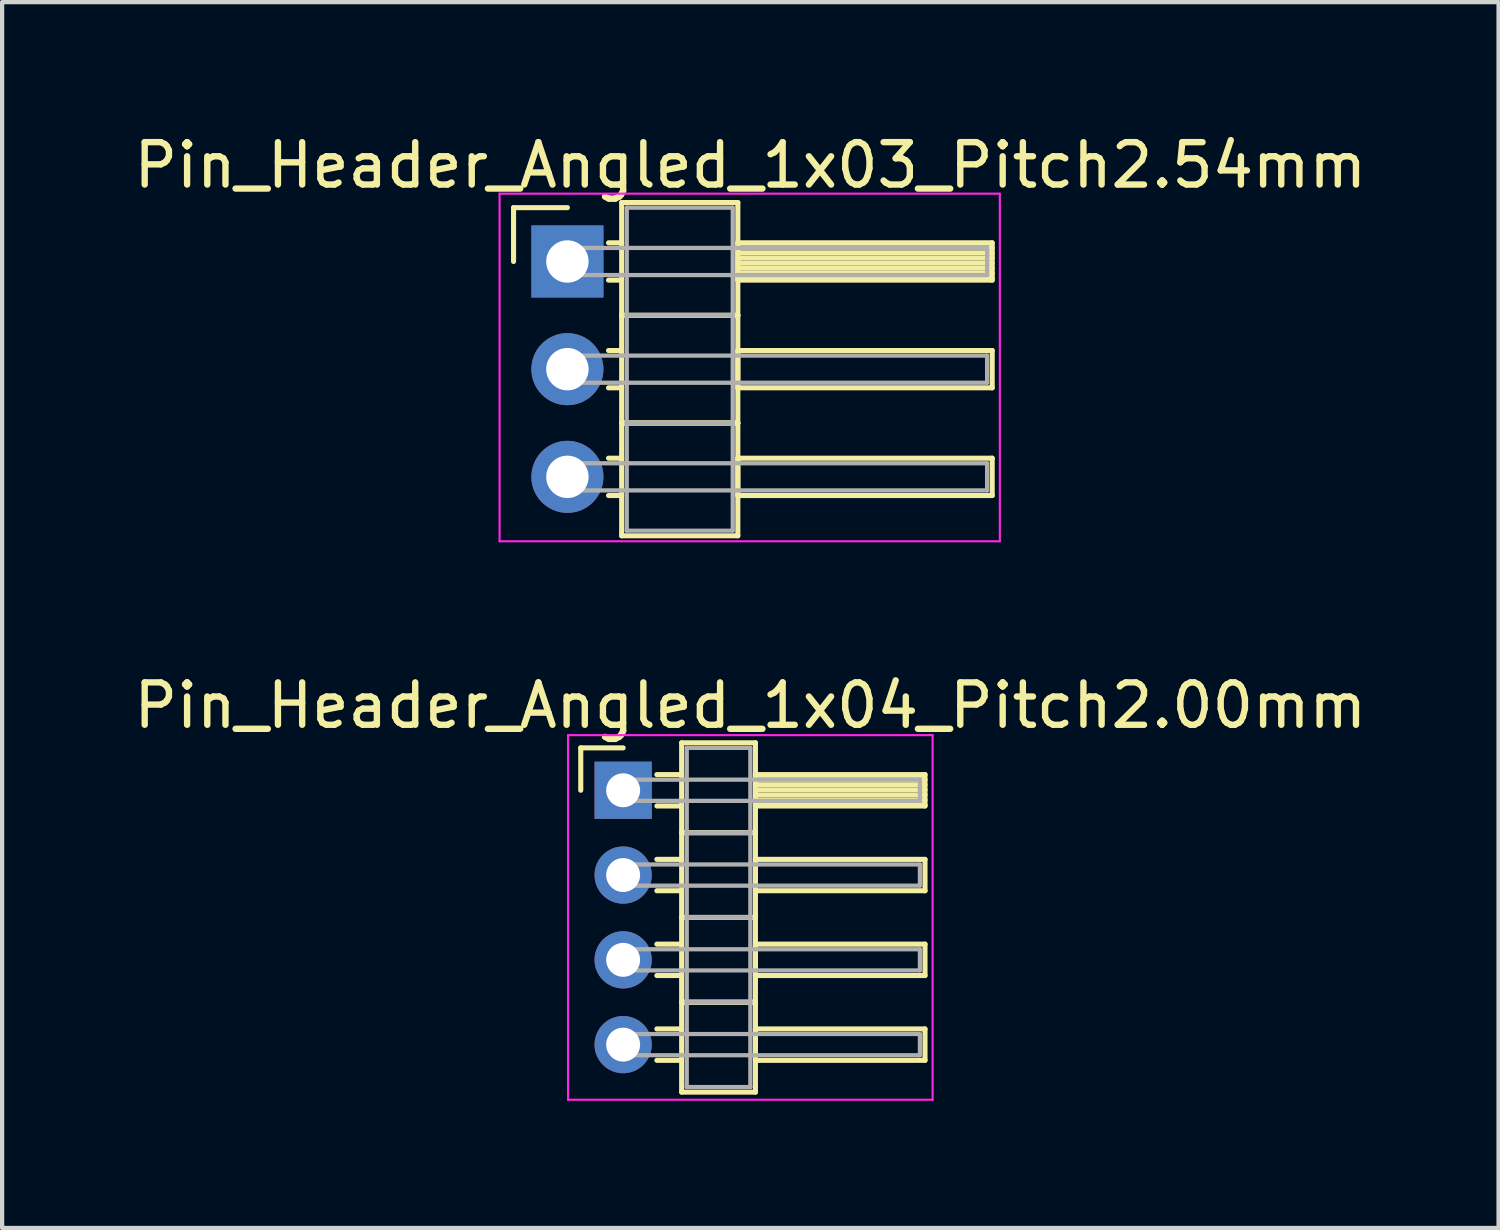
<source format=kicad_pcb>
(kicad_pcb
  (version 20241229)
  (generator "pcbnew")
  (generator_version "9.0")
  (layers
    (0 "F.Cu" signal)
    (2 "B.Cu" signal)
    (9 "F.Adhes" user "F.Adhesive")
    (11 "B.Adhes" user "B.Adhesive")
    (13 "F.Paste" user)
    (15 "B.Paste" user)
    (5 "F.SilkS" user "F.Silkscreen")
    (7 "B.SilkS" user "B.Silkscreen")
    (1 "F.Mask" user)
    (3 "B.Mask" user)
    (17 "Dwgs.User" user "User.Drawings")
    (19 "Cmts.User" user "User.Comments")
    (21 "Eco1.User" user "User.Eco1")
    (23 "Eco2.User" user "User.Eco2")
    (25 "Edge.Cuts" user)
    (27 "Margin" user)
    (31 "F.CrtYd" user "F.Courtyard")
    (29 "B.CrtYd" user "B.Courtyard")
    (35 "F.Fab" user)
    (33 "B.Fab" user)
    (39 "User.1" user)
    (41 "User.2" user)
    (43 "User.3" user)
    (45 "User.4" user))
  (footprint "Pin_Header_Angled_1x03_Pitch2.54mm"
    (layer "F.Cu")
    (at 10.334 3.118)
    (property "Reference" "Pin_Header_Angled_1x03_Pitch2.54mm" (at 4.315 -2.27 0) (layer "F.SilkS") (effects (font (size 1 1) (thickness 0.15))))
    (attr through_hole)
    (fp_line (start -1.27 -1.27) (end 0 -1.27) (stroke (width 0.12) (type solid)) (layer "F.SilkS"))
    (fp_line (start -1.27 0) (end -1.27 -1.27) (stroke (width 0.12) (type solid)) (layer "F.SilkS"))
    (fp_line (start 0.97 -0.44) (end 1.28 -0.44) (stroke (width 0.12) (type solid)) (layer "F.SilkS"))
    (fp_line (start 0.97 0.44) (end 1.28 0.44) (stroke (width 0.12) (type solid)) (layer "F.SilkS"))
    (fp_line (start 0.97 2.1) (end 1.28 2.1) (stroke (width 0.12) (type solid)) (layer "F.SilkS"))
    (fp_line (start 0.97 2.98) (end 1.28 2.98) (stroke (width 0.12) (type solid)) (layer "F.SilkS"))
    (fp_line (start 0.97 4.64) (end 1.28 4.64) (stroke (width 0.12) (type solid)) (layer "F.SilkS"))
    (fp_line (start 0.97 5.52) (end 1.28 5.52) (stroke (width 0.12) (type solid)) (layer "F.SilkS"))
    (fp_line (start 1.28 -1.39) (end 1.28 1.27) (stroke (width 0.12) (type solid)) (layer "F.SilkS"))
    (fp_line (start 1.28 1.27) (end 1.28 3.81) (stroke (width 0.12) (type solid)) (layer "F.SilkS"))
    (fp_line (start 1.28 1.27) (end 4.02 1.27) (stroke (width 0.12) (type solid)) (layer "F.SilkS"))
    (fp_line (start 1.28 3.81) (end 1.28 6.47) (stroke (width 0.12) (type solid)) (layer "F.SilkS"))
    (fp_line (start 1.28 3.81) (end 4.02 3.81) (stroke (width 0.12) (type solid)) (layer "F.SilkS"))
    (fp_line (start 1.28 6.47) (end 4.02 6.47) (stroke (width 0.12) (type solid)) (layer "F.SilkS"))
    (fp_line (start 4.02 -1.39) (end 1.28 -1.39) (stroke (width 0.12) (type solid)) (layer "F.SilkS"))
    (fp_line (start 4.02 -0.44) (end 4.02 0.44) (stroke (width 0.12) (type solid)) (layer "F.SilkS"))
    (fp_line (start 4.02 -0.32) (end 10.02 -0.32) (stroke (width 0.12) (type solid)) (layer "F.SilkS"))
    (fp_line (start 4.02 -0.2) (end 10.02 -0.2) (stroke (width 0.12) (type solid)) (layer "F.SilkS"))
    (fp_line (start 4.02 -0.08) (end 10.02 -0.08) (stroke (width 0.12) (type solid)) (layer "F.SilkS"))
    (fp_line (start 4.02 0.04) (end 10.02 0.04) (stroke (width 0.12) (type solid)) (layer "F.SilkS"))
    (fp_line (start 4.02 0.16) (end 10.02 0.16) (stroke (width 0.12) (type solid)) (layer "F.SilkS"))
    (fp_line (start 4.02 0.28) (end 10.02 0.28) (stroke (width 0.12) (type solid)) (layer "F.SilkS"))
    (fp_line (start 4.02 0.4) (end 10.02 0.4) (stroke (width 0.12) (type solid)) (layer "F.SilkS"))
    (fp_line (start 4.02 0.44) (end 10.02 0.44) (stroke (width 0.12) (type solid)) (layer "F.SilkS"))
    (fp_line (start 4.02 1.27) (end 1.28 1.27) (stroke (width 0.12) (type solid)) (layer "F.SilkS"))
    (fp_line (start 4.02 1.27) (end 4.02 -1.39) (stroke (width 0.12) (type solid)) (layer "F.SilkS"))
    (fp_line (start 4.02 2.1) (end 4.02 2.98) (stroke (width 0.12) (type solid)) (layer "F.SilkS"))
    (fp_line (start 4.02 2.98) (end 10.02 2.98) (stroke (width 0.12) (type solid)) (layer "F.SilkS"))
    (fp_line (start 4.02 3.81) (end 1.28 3.81) (stroke (width 0.12) (type solid)) (layer "F.SilkS"))
    (fp_line (start 4.02 3.81) (end 4.02 1.27) (stroke (width 0.12) (type solid)) (layer "F.SilkS"))
    (fp_line (start 4.02 4.64) (end 4.02 5.52) (stroke (width 0.12) (type solid)) (layer "F.SilkS"))
    (fp_line (start 4.02 5.52) (end 10.02 5.52) (stroke (width 0.12) (type solid)) (layer "F.SilkS"))
    (fp_line (start 4.02 6.47) (end 4.02 3.81) (stroke (width 0.12) (type solid)) (layer "F.SilkS"))
    (fp_line (start 10.02 -0.44) (end 4.02 -0.44) (stroke (width 0.12) (type solid)) (layer "F.SilkS"))
    (fp_line (start 10.02 0.44) (end 10.02 -0.44) (stroke (width 0.12) (type solid)) (layer "F.SilkS"))
    (fp_line (start 10.02 2.1) (end 4.02 2.1) (stroke (width 0.12) (type solid)) (layer "F.SilkS"))
    (fp_line (start 10.02 2.98) (end 10.02 2.1) (stroke (width 0.12) (type solid)) (layer "F.SilkS"))
    (fp_line (start 10.02 4.64) (end 4.02 4.64) (stroke (width 0.12) (type solid)) (layer "F.SilkS"))
    (fp_line (start 10.02 5.52) (end 10.02 4.64) (stroke (width 0.12) (type solid)) (layer "F.SilkS"))
    (fp_line (start -1.6 -1.6) (end -1.6 6.6) (stroke (width 0.05) (type solid)) (layer "F.CrtYd"))
    (fp_line (start -1.6 6.6) (end 10.2 6.6) (stroke (width 0.05) (type solid)) (layer "F.CrtYd"))
    (fp_line (start 10.2 -1.6) (end -1.6 -1.6) (stroke (width 0.05) (type solid)) (layer "F.CrtYd"))
    (fp_line (start 10.2 6.6) (end 10.2 -1.6) (stroke (width 0.05) (type solid)) (layer "F.CrtYd"))
    (fp_line (start 0 -0.32) (end 0 0.32) (stroke (width 0.1) (type solid)) (layer "F.Fab"))
    (fp_line (start 0 0.32) (end 9.9 0.32) (stroke (width 0.1) (type solid)) (layer "F.Fab"))
    (fp_line (start 0 2.22) (end 0 2.86) (stroke (width 0.1) (type solid)) (layer "F.Fab"))
    (fp_line (start 0 2.86) (end 9.9 2.86) (stroke (width 0.1) (type solid)) (layer "F.Fab"))
    (fp_line (start 0 4.76) (end 0 5.4) (stroke (width 0.1) (type solid)) (layer "F.Fab"))
    (fp_line (start 0 5.4) (end 9.9 5.4) (stroke (width 0.1) (type solid)) (layer "F.Fab"))
    (fp_line (start 1.4 -1.27) (end 1.4 1.27) (stroke (width 0.1) (type solid)) (layer "F.Fab"))
    (fp_line (start 1.4 1.27) (end 1.4 3.81) (stroke (width 0.1) (type solid)) (layer "F.Fab"))
    (fp_line (start 1.4 1.27) (end 3.9 1.27) (stroke (width 0.1) (type solid)) (layer "F.Fab"))
    (fp_line (start 1.4 3.81) (end 1.4 6.35) (stroke (width 0.1) (type solid)) (layer "F.Fab"))
    (fp_line (start 1.4 3.81) (end 3.9 3.81) (stroke (width 0.1) (type solid)) (layer "F.Fab"))
    (fp_line (start 1.4 6.35) (end 3.9 6.35) (stroke (width 0.1) (type solid)) (layer "F.Fab"))
    (fp_line (start 3.9 -1.27) (end 1.4 -1.27) (stroke (width 0.1) (type solid)) (layer "F.Fab"))
    (fp_line (start 3.9 1.27) (end 1.4 1.27) (stroke (width 0.1) (type solid)) (layer "F.Fab"))
    (fp_line (start 3.9 1.27) (end 3.9 -1.27) (stroke (width 0.1) (type solid)) (layer "F.Fab"))
    (fp_line (start 3.9 3.81) (end 1.4 3.81) (stroke (width 0.1) (type solid)) (layer "F.Fab"))
    (fp_line (start 3.9 3.81) (end 3.9 1.27) (stroke (width 0.1) (type solid)) (layer "F.Fab"))
    (fp_line (start 3.9 6.35) (end 3.9 3.81) (stroke (width 0.1) (type solid)) (layer "F.Fab"))
    (fp_line (start 9.9 -0.32) (end 0 -0.32) (stroke (width 0.1) (type solid)) (layer "F.Fab"))
    (fp_line (start 9.9 0.32) (end 9.9 -0.32) (stroke (width 0.1) (type solid)) (layer "F.Fab"))
    (fp_line (start 9.9 2.22) (end 0 2.22) (stroke (width 0.1) (type solid)) (layer "F.Fab"))
    (fp_line (start 9.9 2.86) (end 9.9 2.22) (stroke (width 0.1) (type solid)) (layer "F.Fab"))
    (fp_line (start 9.9 4.76) (end 0 4.76) (stroke (width 0.1) (type solid)) (layer "F.Fab"))
    (fp_line (start 9.9 5.4) (end 9.9 4.76) (stroke (width 0.1) (type solid)) (layer "F.Fab"))
    (pad "1" thru_hole rect (at 0 0) (size 1.7 1.7) (drill 1) (layers "*.Cu" "*.Mask"))
    (pad "2" thru_hole oval (at 0 2.54) (size 1.7 1.7) (drill 1) (layers "*.Cu" "*.Mask"))
    (pad "3" thru_hole oval (at 0 5.08) (size 1.7 1.7) (drill 1) (layers "*.Cu" "*.Mask")))
  (footprint "Pin_Header_Angled_1x04_Pitch2.00mm"
    (layer "F.Cu")
    (at 11.649 15.591)
    (property "Reference" "Pin_Header_Angled_1x04_Pitch2.00mm" (at 3 -2 0) (layer "F.SilkS") (effects (font (size 1 1) (thickness 0.15))))
    (attr through_hole)
    (fp_line (start -1 -1) (end 0 -1) (stroke (width 0.12) (type solid)) (layer "F.SilkS"))
    (fp_line (start -1 0) (end -1 -1) (stroke (width 0.12) (type solid)) (layer "F.SilkS"))
    (fp_line (start 0.795 -0.37) (end 1.38 -0.37) (stroke (width 0.12) (type solid)) (layer "F.SilkS"))
    (fp_line (start 0.795 0.37) (end 1.38 0.37) (stroke (width 0.12) (type solid)) (layer "F.SilkS"))
    (fp_line (start 0.795 1.63) (end 1.38 1.63) (stroke (width 0.12) (type solid)) (layer "F.SilkS"))
    (fp_line (start 0.795 2.37) (end 1.38 2.37) (stroke (width 0.12) (type solid)) (layer "F.SilkS"))
    (fp_line (start 0.795 3.63) (end 1.38 3.63) (stroke (width 0.12) (type solid)) (layer "F.SilkS"))
    (fp_line (start 0.795 4.37) (end 1.38 4.37) (stroke (width 0.12) (type solid)) (layer "F.SilkS"))
    (fp_line (start 0.795 5.63) (end 1.38 5.63) (stroke (width 0.12) (type solid)) (layer "F.SilkS"))
    (fp_line (start 0.795 6.37) (end 1.38 6.37) (stroke (width 0.12) (type solid)) (layer "F.SilkS"))
    (fp_line (start 1.38 -1.12) (end 1.38 1) (stroke (width 0.12) (type solid)) (layer "F.SilkS"))
    (fp_line (start 1.38 1) (end 1.38 3) (stroke (width 0.12) (type solid)) (layer "F.SilkS"))
    (fp_line (start 1.38 1) (end 3.12 1) (stroke (width 0.12) (type solid)) (layer "F.SilkS"))
    (fp_line (start 1.38 3) (end 1.38 5) (stroke (width 0.12) (type solid)) (layer "F.SilkS"))
    (fp_line (start 1.38 3) (end 3.12 3) (stroke (width 0.12) (type solid)) (layer "F.SilkS"))
    (fp_line (start 1.38 5) (end 1.38 7.12) (stroke (width 0.12) (type solid)) (layer "F.SilkS"))
    (fp_line (start 1.38 5) (end 3.12 5) (stroke (width 0.12) (type solid)) (layer "F.SilkS"))
    (fp_line (start 1.38 7.12) (end 3.12 7.12) (stroke (width 0.12) (type solid)) (layer "F.SilkS"))
    (fp_line (start 3.12 -1.12) (end 1.38 -1.12) (stroke (width 0.12) (type solid)) (layer "F.SilkS"))
    (fp_line (start 3.12 -0.37) (end 3.12 0.37) (stroke (width 0.12) (type solid)) (layer "F.SilkS"))
    (fp_line (start 3.12 -0.25) (end 7.12 -0.25) (stroke (width 0.12) (type solid)) (layer "F.SilkS"))
    (fp_line (start 3.12 -0.13) (end 7.12 -0.13) (stroke (width 0.12) (type solid)) (layer "F.SilkS"))
    (fp_line (start 3.12 -0.01) (end 7.12 -0.01) (stroke (width 0.12) (type solid)) (layer "F.SilkS"))
    (fp_line (start 3.12 0.11) (end 7.12 0.11) (stroke (width 0.12) (type solid)) (layer "F.SilkS"))
    (fp_line (start 3.12 0.23) (end 7.12 0.23) (stroke (width 0.12) (type solid)) (layer "F.SilkS"))
    (fp_line (start 3.12 0.35) (end 7.12 0.35) (stroke (width 0.12) (type solid)) (layer "F.SilkS"))
    (fp_line (start 3.12 0.37) (end 7.12 0.37) (stroke (width 0.12) (type solid)) (layer "F.SilkS"))
    (fp_line (start 3.12 1) (end 1.38 1) (stroke (width 0.12) (type solid)) (layer "F.SilkS"))
    (fp_line (start 3.12 1) (end 3.12 -1.12) (stroke (width 0.12) (type solid)) (layer "F.SilkS"))
    (fp_line (start 3.12 1.63) (end 3.12 2.37) (stroke (width 0.12) (type solid)) (layer "F.SilkS"))
    (fp_line (start 3.12 2.37) (end 7.12 2.37) (stroke (width 0.12) (type solid)) (layer "F.SilkS"))
    (fp_line (start 3.12 3) (end 1.38 3) (stroke (width 0.12) (type solid)) (layer "F.SilkS"))
    (fp_line (start 3.12 3) (end 3.12 1) (stroke (width 0.12) (type solid)) (layer "F.SilkS"))
    (fp_line (start 3.12 3.63) (end 3.12 4.37) (stroke (width 0.12) (type solid)) (layer "F.SilkS"))
    (fp_line (start 3.12 4.37) (end 7.12 4.37) (stroke (width 0.12) (type solid)) (layer "F.SilkS"))
    (fp_line (start 3.12 5) (end 1.38 5) (stroke (width 0.12) (type solid)) (layer "F.SilkS"))
    (fp_line (start 3.12 5) (end 3.12 3) (stroke (width 0.12) (type solid)) (layer "F.SilkS"))
    (fp_line (start 3.12 5.63) (end 3.12 6.37) (stroke (width 0.12) (type solid)) (layer "F.SilkS"))
    (fp_line (start 3.12 6.37) (end 7.12 6.37) (stroke (width 0.12) (type solid)) (layer "F.SilkS"))
    (fp_line (start 3.12 7.12) (end 3.12 5) (stroke (width 0.12) (type solid)) (layer "F.SilkS"))
    (fp_line (start 7.12 -0.37) (end 3.12 -0.37) (stroke (width 0.12) (type solid)) (layer "F.SilkS"))
    (fp_line (start 7.12 0.37) (end 7.12 -0.37) (stroke (width 0.12) (type solid)) (layer "F.SilkS"))
    (fp_line (start 7.12 1.63) (end 3.12 1.63) (stroke (width 0.12) (type solid)) (layer "F.SilkS"))
    (fp_line (start 7.12 2.37) (end 7.12 1.63) (stroke (width 0.12) (type solid)) (layer "F.SilkS"))
    (fp_line (start 7.12 3.63) (end 3.12 3.63) (stroke (width 0.12) (type solid)) (layer "F.SilkS"))
    (fp_line (start 7.12 4.37) (end 7.12 3.63) (stroke (width 0.12) (type solid)) (layer "F.SilkS"))
    (fp_line (start 7.12 5.63) (end 3.12 5.63) (stroke (width 0.12) (type solid)) (layer "F.SilkS"))
    (fp_line (start 7.12 6.37) (end 7.12 5.63) (stroke (width 0.12) (type solid)) (layer "F.SilkS"))
    (fp_line (start -1.3 -1.3) (end -1.3 7.3) (stroke (width 0.05) (type solid)) (layer "F.CrtYd"))
    (fp_line (start -1.3 7.3) (end 7.3 7.3) (stroke (width 0.05) (type solid)) (layer "F.CrtYd"))
    (fp_line (start 7.3 -1.3) (end -1.3 -1.3) (stroke (width 0.05) (type solid)) (layer "F.CrtYd"))
    (fp_line (start 7.3 7.3) (end 7.3 -1.3) (stroke (width 0.05) (type solid)) (layer "F.CrtYd"))
    (fp_line (start 0 -0.25) (end 0 0.25) (stroke (width 0.1) (type solid)) (layer "F.Fab"))
    (fp_line (start 0 0.25) (end 7 0.25) (stroke (width 0.1) (type solid)) (layer "F.Fab"))
    (fp_line (start 0 1.75) (end 0 2.25) (stroke (width 0.1) (type solid)) (layer "F.Fab"))
    (fp_line (start 0 2.25) (end 7 2.25) (stroke (width 0.1) (type solid)) (layer "F.Fab"))
    (fp_line (start 0 3.75) (end 0 4.25) (stroke (width 0.1) (type solid)) (layer "F.Fab"))
    (fp_line (start 0 4.25) (end 7 4.25) (stroke (width 0.1) (type solid)) (layer "F.Fab"))
    (fp_line (start 0 5.75) (end 0 6.25) (stroke (width 0.1) (type solid)) (layer "F.Fab"))
    (fp_line (start 0 6.25) (end 7 6.25) (stroke (width 0.1) (type solid)) (layer "F.Fab"))
    (fp_line (start 1.5 -1) (end 1.5 1) (stroke (width 0.1) (type solid)) (layer "F.Fab"))
    (fp_line (start 1.5 1) (end 1.5 3) (stroke (width 0.1) (type solid)) (layer "F.Fab"))
    (fp_line (start 1.5 1) (end 3 1) (stroke (width 0.1) (type solid)) (layer "F.Fab"))
    (fp_line (start 1.5 3) (end 1.5 5) (stroke (width 0.1) (type solid)) (layer "F.Fab"))
    (fp_line (start 1.5 3) (end 3 3) (stroke (width 0.1) (type solid)) (layer "F.Fab"))
    (fp_line (start 1.5 5) (end 1.5 7) (stroke (width 0.1) (type solid)) (layer "F.Fab"))
    (fp_line (start 1.5 5) (end 3 5) (stroke (width 0.1) (type solid)) (layer "F.Fab"))
    (fp_line (start 1.5 7) (end 3 7) (stroke (width 0.1) (type solid)) (layer "F.Fab"))
    (fp_line (start 3 -1) (end 1.5 -1) (stroke (width 0.1) (type solid)) (layer "F.Fab"))
    (fp_line (start 3 1) (end 1.5 1) (stroke (width 0.1) (type solid)) (layer "F.Fab"))
    (fp_line (start 3 1) (end 3 -1) (stroke (width 0.1) (type solid)) (layer "F.Fab"))
    (fp_line (start 3 3) (end 1.5 3) (stroke (width 0.1) (type solid)) (layer "F.Fab"))
    (fp_line (start 3 3) (end 3 1) (stroke (width 0.1) (type solid)) (layer "F.Fab"))
    (fp_line (start 3 5) (end 1.5 5) (stroke (width 0.1) (type solid)) (layer "F.Fab"))
    (fp_line (start 3 5) (end 3 3) (stroke (width 0.1) (type solid)) (layer "F.Fab"))
    (fp_line (start 3 7) (end 3 5) (stroke (width 0.1) (type solid)) (layer "F.Fab"))
    (fp_line (start 7 -0.25) (end 0 -0.25) (stroke (width 0.1) (type solid)) (layer "F.Fab"))
    (fp_line (start 7 0.25) (end 7 -0.25) (stroke (width 0.1) (type solid)) (layer "F.Fab"))
    (fp_line (start 7 1.75) (end 0 1.75) (stroke (width 0.1) (type solid)) (layer "F.Fab"))
    (fp_line (start 7 2.25) (end 7 1.75) (stroke (width 0.1) (type solid)) (layer "F.Fab"))
    (fp_line (start 7 3.75) (end 0 3.75) (stroke (width 0.1) (type solid)) (layer "F.Fab"))
    (fp_line (start 7 4.25) (end 7 3.75) (stroke (width 0.1) (type solid)) (layer "F.Fab"))
    (fp_line (start 7 5.75) (end 0 5.75) (stroke (width 0.1) (type solid)) (layer "F.Fab"))
    (fp_line (start 7 6.25) (end 7 5.75) (stroke (width 0.1) (type solid)) (layer "F.Fab"))
    (pad "1" thru_hole rect (at 0 0) (size 1.35 1.35) (drill 0.8) (layers "*.Cu" "*.Mask"))
    (pad "2" thru_hole oval (at 0 2) (size 1.35 1.35) (drill 0.8) (layers "*.Cu" "*.Mask"))
    (pad "3" thru_hole oval (at 0 4) (size 1.35 1.35) (drill 0.8) (layers "*.Cu" "*.Mask"))
    (pad "4" thru_hole oval (at 0 6) (size 1.35 1.35) (drill 0.8) (layers "*.Cu" "*.Mask")))
  (gr_rect
    (start -3 -3)
    (end 32.298 25.916)
    (stroke (width 0.1) (type default))
    (fill no)
    (layer "Edge.Cuts")))
</source>
